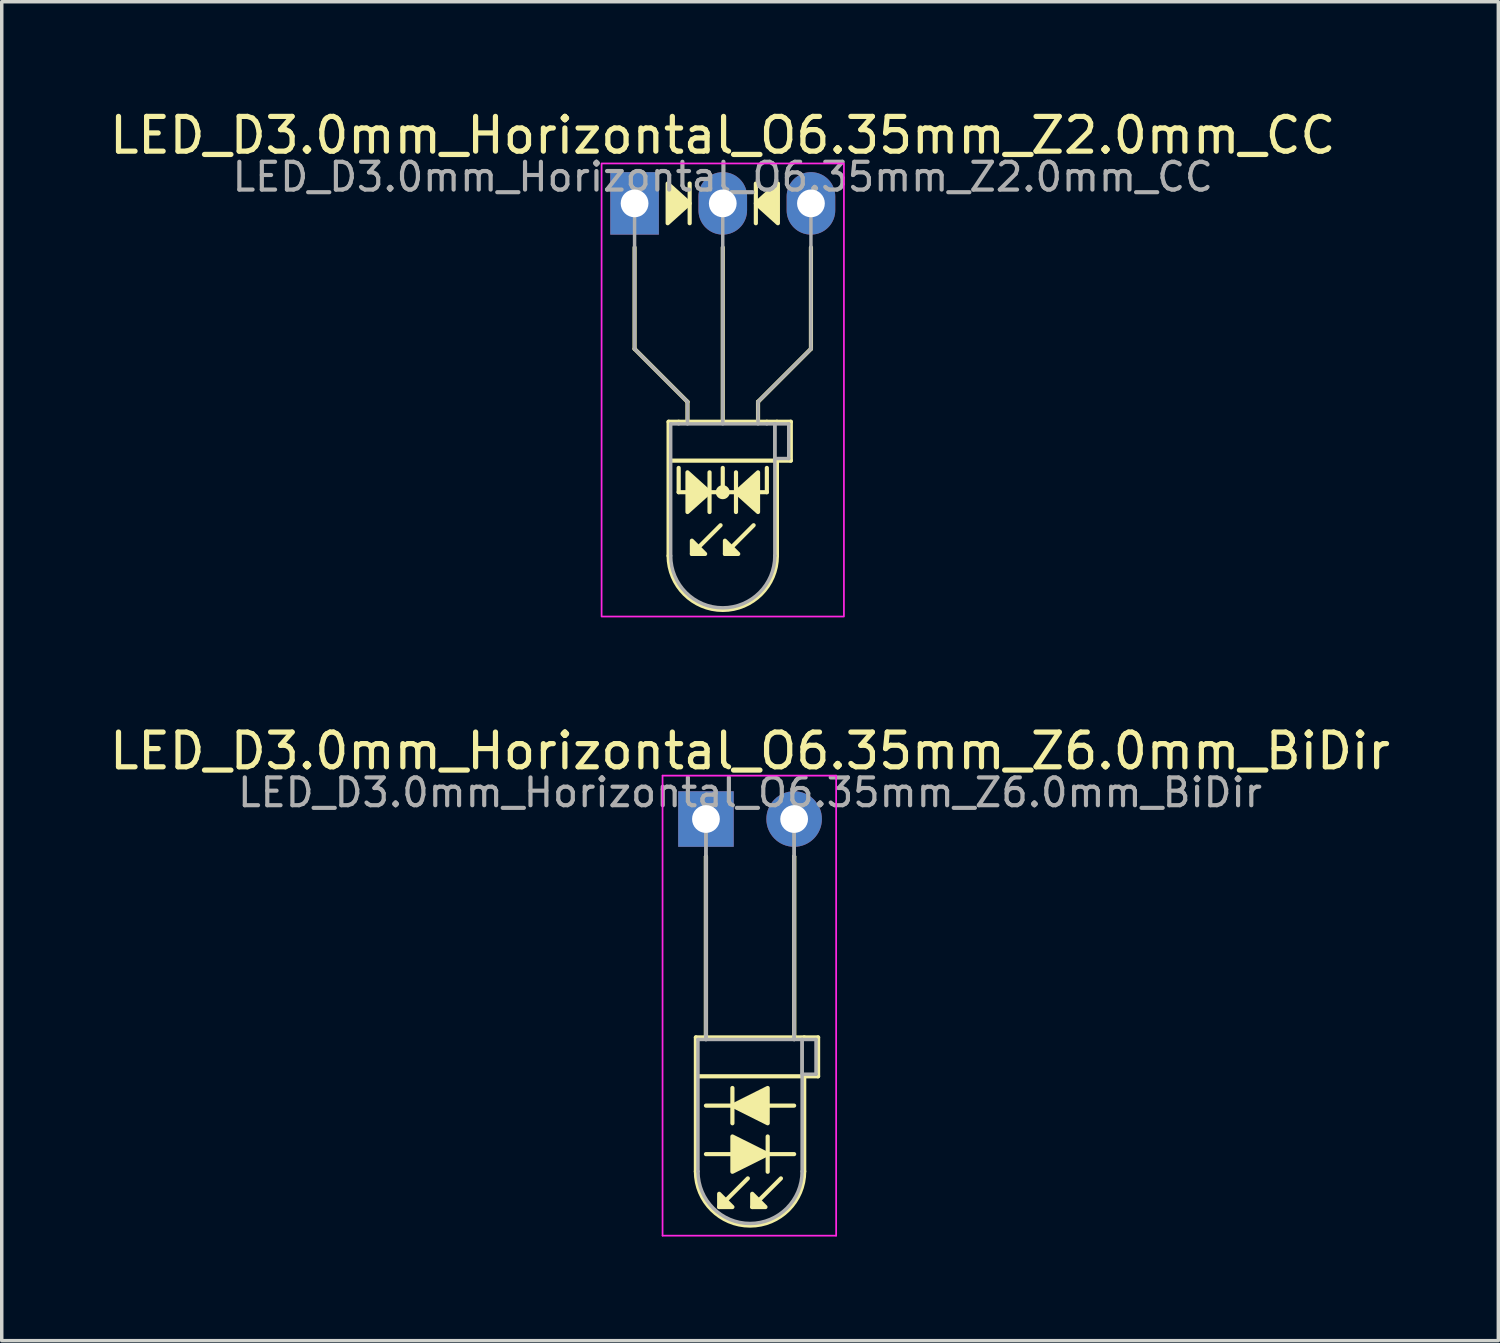
<source format=kicad_pcb>
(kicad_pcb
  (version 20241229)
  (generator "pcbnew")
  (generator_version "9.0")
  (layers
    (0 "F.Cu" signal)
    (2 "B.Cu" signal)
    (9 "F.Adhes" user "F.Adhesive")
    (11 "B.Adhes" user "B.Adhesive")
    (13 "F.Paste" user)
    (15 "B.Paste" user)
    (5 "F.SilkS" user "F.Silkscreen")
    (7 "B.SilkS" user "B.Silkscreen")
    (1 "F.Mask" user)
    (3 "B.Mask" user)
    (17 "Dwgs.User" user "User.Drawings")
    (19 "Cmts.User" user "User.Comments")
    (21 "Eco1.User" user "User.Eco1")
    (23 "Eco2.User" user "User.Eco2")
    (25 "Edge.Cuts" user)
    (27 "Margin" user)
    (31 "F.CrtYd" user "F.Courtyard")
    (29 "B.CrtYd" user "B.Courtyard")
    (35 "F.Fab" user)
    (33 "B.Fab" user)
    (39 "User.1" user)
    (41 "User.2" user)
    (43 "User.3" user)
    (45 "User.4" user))
  (footprint "LED_D3.0mm_Horizontal_O6.35mm_Z2.0mm_CC"
    (layer "F.Cu")
    (at 15.228 2.808)
    (property "Reference" "LED_D3.0mm_Horizontal_O6.35mm_Z2.0mm_CC" (at 2.54 -1.96 0) (layer "F.SilkS") (effects (font (size 1 1) (thickness 0.15))))
    (fp_line (start 0 1.27) (end 0 4.191) (stroke (width 0.12) (type default)) (layer "F.SilkS"))
    (fp_line (start 0 4.191) (end 1.524 5.715) (stroke (width 0.12) (type default)) (layer "F.SilkS"))
    (fp_line (start 0.98 6.29) (end 0.98 10.15) (stroke (width 0.12) (type solid)) (layer "F.SilkS"))
    (fp_line (start 0.98 6.29) (end 4.1 6.29) (stroke (width 0.12) (type solid)) (layer "F.SilkS"))
    (fp_line (start 1.27 6.29) (end 1.27 6.29) (stroke (width 0.12) (type solid)) (layer "F.SilkS"))
    (fp_line (start 1.27 8.319) (end 1.27 7.62) (stroke (width 0.12) (type default)) (layer "F.SilkS"))
    (fp_line (start 1.524 5.715) (end 1.524 6.223) (stroke (width 0.12) (type default)) (layer "F.SilkS"))
    (fp_line (start 1.587 0.572) (end 1.587 -0.572) (stroke (width 0.12) (type solid)) (layer "F.SilkS"))
    (fp_line (start 2.159 8.89) (end 2.159 7.747) (stroke (width 0.12) (type solid)) (layer "F.SilkS"))
    (fp_line (start 2.477 9.271) (end 1.651 10.097) (stroke (width 0.12) (type solid)) (layer "F.SilkS"))
    (fp_line (start 2.54 6.29) (end 2.54 1.27) (stroke (width 0.12) (type default)) (layer "F.SilkS"))
    (fp_line (start 2.54 8.319) (end 2.54 7.62) (stroke (width 0.12) (type default)) (layer "F.SilkS"))
    (fp_line (start 2.921 7.747) (end 2.921 8.89) (stroke (width 0.12) (type solid)) (layer "F.SilkS"))
    (fp_line (start 3.429 9.271) (end 2.603 10.097) (stroke (width 0.12) (type solid)) (layer "F.SilkS"))
    (fp_line (start 3.493 -0.572) (end 3.493 0.572) (stroke (width 0.12) (type solid)) (layer "F.SilkS"))
    (fp_line (start 3.556 5.715) (end 3.556 6.223) (stroke (width 0.12) (type default)) (layer "F.SilkS"))
    (fp_line (start 3.81 6.29) (end 3.81 6.29) (stroke (width 0.12) (type solid)) (layer "F.SilkS"))
    (fp_line (start 3.81 8.319) (end 1.27 8.319) (stroke (width 0.12) (type default)) (layer "F.SilkS"))
    (fp_line (start 3.81 8.319) (end 3.81 7.62) (stroke (width 0.12) (type default)) (layer "F.SilkS"))
    (fp_line (start 4.1 6.29) (end 4.5 6.29) (stroke (width 0.12) (type solid)) (layer "F.SilkS"))
    (fp_line (start 4.1 7.41) (end 4.1 10.15) (stroke (width 0.12) (type solid)) (layer "F.SilkS"))
    (fp_line (start 4.5 6.29) (end 4.5 7.41) (stroke (width 0.12) (type solid)) (layer "F.SilkS"))
    (fp_line (start 4.5 7.41) (end 1.016 7.41) (stroke (width 0.12) (type solid)) (layer "F.SilkS"))
    (fp_line (start 5.08 1.27) (end 5.08 4.191) (stroke (width 0.12) (type default)) (layer "F.SilkS"))
    (fp_line (start 5.08 4.191) (end 3.556 5.715) (stroke (width 0.12) (type default)) (layer "F.SilkS"))
    (fp_arc (start 4.1 10.15) (mid 2.54 11.71) (end 0.98 10.15) (stroke (width 0.12) (type solid)) (layer "F.SilkS"))
    (fp_circle (center 2.54 8.319) (end 2.682 8.319) (stroke (width 0.12) (type solid)) (fill yes) (layer "F.SilkS"))
    (fp_poly (pts (xy 0.953 -0.572) (xy 1.587 0) (xy 0.953 0.572)) (stroke (width 0.12) (type solid)) (fill yes) (layer "F.SilkS"))
    (fp_poly (pts (xy 1.524 7.747) (xy 2.159 8.319) (xy 1.524 8.89)) (stroke (width 0.12) (type solid)) (fill yes) (layer "F.SilkS"))
    (fp_poly (pts (xy 1.651 9.716) (xy 2.032 10.097) (xy 1.651 10.097)) (stroke (width 0.12) (type solid)) (fill yes) (layer "F.SilkS"))
    (fp_poly (pts (xy 2.603 9.716) (xy 2.985 10.097) (xy 2.603 10.097)) (stroke (width 0.12) (type solid)) (fill yes) (layer "F.SilkS"))
    (fp_poly (pts (xy 3.556 8.89) (xy 2.921 8.319) (xy 3.556 7.747)) (stroke (width 0.12) (type solid)) (fill yes) (layer "F.SilkS"))
    (fp_poly (pts (xy 4.128 0.572) (xy 3.493 0) (xy 4.128 -0.572)) (stroke (width 0.12) (type solid)) (fill yes) (layer "F.SilkS"))
    (fp_rect (start -0.95 -1.15) (end 6.03 11.9) (stroke (width 0.05) (type default)) (fill no) (layer "F.CrtYd"))
    (fp_line (start 0 0) (end 0 0) (stroke (width 0.1) (type solid)) (layer "F.Fab"))
    (fp_line (start 0 4.191) (end 0 0) (stroke (width 0.1) (type default)) (layer "F.Fab"))
    (fp_line (start 1.04 6.35) (end 1.04 10.15) (stroke (width 0.1) (type solid)) (layer "F.Fab"))
    (fp_line (start 1.04 6.35) (end 4.04 6.35) (stroke (width 0.1) (type solid)) (layer "F.Fab"))
    (fp_line (start 1.27 6.35) (end 1.27 6.35) (stroke (width 0.1) (type solid)) (layer "F.Fab"))
    (fp_line (start 1.524 5.715) (end 0 4.191) (stroke (width 0.1) (type default)) (layer "F.Fab"))
    (fp_line (start 1.524 6.35) (end 1.524 5.715) (stroke (width 0.1) (type default)) (layer "F.Fab"))
    (fp_line (start 2.54 0) (end 2.54 0) (stroke (width 0.1) (type solid)) (layer "F.Fab"))
    (fp_line (start 2.54 0) (end 2.54 6.35) (stroke (width 0.1) (type default)) (layer "F.Fab"))
    (fp_line (start 3.556 5.715) (end 5.08 4.191) (stroke (width 0.1) (type default)) (layer "F.Fab"))
    (fp_line (start 3.556 6.35) (end 3.556 5.715) (stroke (width 0.1) (type default)) (layer "F.Fab"))
    (fp_line (start 3.81 6.35) (end 3.81 6.35) (stroke (width 0.1) (type solid)) (layer "F.Fab"))
    (fp_line (start 4.04 6.35) (end 4.04 10.15) (stroke (width 0.1) (type solid)) (layer "F.Fab"))
    (fp_line (start 4.04 6.35) (end 4.44 6.35) (stroke (width 0.1) (type solid)) (layer "F.Fab"))
    (fp_line (start 4.04 7.35) (end 4.04 6.35) (stroke (width 0.1) (type solid)) (layer "F.Fab"))
    (fp_line (start 4.44 6.35) (end 4.44 7.35) (stroke (width 0.1) (type solid)) (layer "F.Fab"))
    (fp_line (start 4.44 7.35) (end 4.04 7.35) (stroke (width 0.1) (type solid)) (layer "F.Fab"))
    (fp_line (start 5.08 4.191) (end 5.08 0) (stroke (width 0.1) (type default)) (layer "F.Fab"))
    (fp_arc (start 4.04 10.15) (mid 2.54 11.65) (end 1.04 10.15) (stroke (width 0.1) (type solid)) (layer "F.Fab"))
    (fp_text user "${REFERENCE}" (at 2.54 -0.762 0) (layer "F.Fab") (effects (font (size 0.8 0.8) (thickness 0.12))))
    (pad "1" thru_hole rect (at 0 0) (size 1.4 1.8) (drill 0.8) (layers "*.Cu" "*.Mask"))
    (pad "2" thru_hole oval (at 2.54 0) (size 1.4 1.8) (drill 0.8) (layers "*.Cu" "*.Mask"))
    (pad "3" thru_hole oval (at 5.08 0) (size 1.4 1.8) (drill 0.8) (layers "*.Cu" "*.Mask")))
  (footprint "LED_D3.0mm_Horizontal_O6.35mm_Z6.0mm_BiDir"
    (layer "F.Cu")
    (at 17.284 20.541)
    (property "Reference" "LED_D3.0mm_Horizontal_O6.35mm_Z6.0mm_BiDir" (at 1.27 -1.96 0) (layer "F.SilkS") (effects (font (size 1 1) (thickness 0.15))))
    (fp_line (start -0.29 6.29) (end -0.29 10.15) (stroke (width 0.12) (type solid)) (layer "F.SilkS"))
    (fp_line (start -0.29 6.29) (end 2.83 6.29) (stroke (width 0.12) (type solid)) (layer "F.SilkS"))
    (fp_line (start 0 1.08) (end 0 1.08) (stroke (width 0.12) (type solid)) (layer "F.SilkS"))
    (fp_line (start 0 1.08) (end 0 6.29) (stroke (width 0.12) (type solid)) (layer "F.SilkS"))
    (fp_line (start 0 6.29) (end 0 1.08) (stroke (width 0.12) (type solid)) (layer "F.SilkS"))
    (fp_line (start 0 6.29) (end 0 6.29) (stroke (width 0.12) (type solid)) (layer "F.SilkS"))
    (fp_line (start 0 9.652) (end 2.54 9.652) (stroke (width 0.12) (type solid)) (layer "F.SilkS"))
    (fp_line (start 0.762 7.747) (end 0.762 8.763) (stroke (width 0.12) (type solid)) (layer "F.SilkS"))
    (fp_line (start 1.206 10.351) (end 0.381 11.176) (stroke (width 0.12) (type solid)) (layer "F.SilkS"))
    (fp_line (start 1.778 10.16) (end 1.778 9.144) (stroke (width 0.12) (type solid)) (layer "F.SilkS"))
    (fp_line (start 2.159 10.351) (end 1.333 11.176) (stroke (width 0.12) (type solid)) (layer "F.SilkS"))
    (fp_line (start 2.54 1.08) (end 2.54 1.08) (stroke (width 0.12) (type solid)) (layer "F.SilkS"))
    (fp_line (start 2.54 1.08) (end 2.54 6.29) (stroke (width 0.12) (type solid)) (layer "F.SilkS"))
    (fp_line (start 2.54 6.29) (end 2.54 1.08) (stroke (width 0.12) (type solid)) (layer "F.SilkS"))
    (fp_line (start 2.54 6.29) (end 2.54 6.29) (stroke (width 0.12) (type solid)) (layer "F.SilkS"))
    (fp_line (start 2.54 8.255) (end 0 8.255) (stroke (width 0.12) (type solid)) (layer "F.SilkS"))
    (fp_line (start 2.83 6.29) (end 3.23 6.29) (stroke (width 0.12) (type solid)) (layer "F.SilkS"))
    (fp_line (start 2.83 7.41) (end 2.83 10.15) (stroke (width 0.12) (type solid)) (layer "F.SilkS"))
    (fp_line (start 3.23 6.29) (end 3.23 7.41) (stroke (width 0.12) (type solid)) (layer "F.SilkS"))
    (fp_line (start 3.23 7.41) (end -0.254 7.41) (stroke (width 0.12) (type solid)) (layer "F.SilkS"))
    (fp_arc (start 2.83 10.15) (mid 1.27 11.71) (end -0.29 10.15) (stroke (width 0.12) (type solid)) (layer "F.SilkS"))
    (fp_poly (pts (xy 0.381 10.795) (xy 0.762 11.176) (xy 0.381 11.176)) (stroke (width 0.12) (type solid)) (fill yes) (layer "F.SilkS"))
    (fp_poly (pts (xy 0.762 9.144) (xy 1.778 9.652) (xy 0.762 10.16)) (stroke (width 0.12) (type solid)) (fill yes) (layer "F.SilkS"))
    (fp_poly (pts (xy 1.333 10.795) (xy 1.714 11.176) (xy 1.333 11.176)) (stroke (width 0.12) (type solid)) (fill yes) (layer "F.SilkS"))
    (fp_poly (pts (xy 1.778 8.763) (xy 0.762 8.255) (xy 1.778 7.747)) (stroke (width 0.12) (type solid)) (fill yes) (layer "F.SilkS"))
    (fp_line (start -1.25 -1.25) (end -1.25 12) (stroke (width 0.05) (type solid)) (layer "F.CrtYd"))
    (fp_line (start -1.25 12) (end 3.75 12) (stroke (width 0.05) (type solid)) (layer "F.CrtYd"))
    (fp_line (start 3.75 -1.25) (end -1.25 -1.25) (stroke (width 0.05) (type solid)) (layer "F.CrtYd"))
    (fp_line (start 3.75 12) (end 3.75 -1.25) (stroke (width 0.05) (type solid)) (layer "F.CrtYd"))
    (fp_line (start -0.23 6.35) (end -0.23 10.15) (stroke (width 0.1) (type solid)) (layer "F.Fab"))
    (fp_line (start -0.23 6.35) (end 2.77 6.35) (stroke (width 0.1) (type solid)) (layer "F.Fab"))
    (fp_line (start 0 0) (end 0 0) (stroke (width 0.1) (type solid)) (layer "F.Fab"))
    (fp_line (start 0 0) (end 0 6.35) (stroke (width 0.1) (type solid)) (layer "F.Fab"))
    (fp_line (start 0 6.35) (end 0 0) (stroke (width 0.1) (type solid)) (layer "F.Fab"))
    (fp_line (start 0 6.35) (end 0 6.35) (stroke (width 0.1) (type solid)) (layer "F.Fab"))
    (fp_line (start 2.54 0) (end 2.54 0) (stroke (width 0.1) (type solid)) (layer "F.Fab"))
    (fp_line (start 2.54 0) (end 2.54 6.35) (stroke (width 0.1) (type solid)) (layer "F.Fab"))
    (fp_line (start 2.54 6.35) (end 2.54 0) (stroke (width 0.1) (type solid)) (layer "F.Fab"))
    (fp_line (start 2.54 6.35) (end 2.54 6.35) (stroke (width 0.1) (type solid)) (layer "F.Fab"))
    (fp_line (start 2.77 6.35) (end 2.77 10.15) (stroke (width 0.1) (type solid)) (layer "F.Fab"))
    (fp_line (start 2.77 6.35) (end 3.17 6.35) (stroke (width 0.1) (type solid)) (layer "F.Fab"))
    (fp_line (start 2.77 7.35) (end 2.77 6.35) (stroke (width 0.1) (type solid)) (layer "F.Fab"))
    (fp_line (start 3.17 6.35) (end 3.17 7.35) (stroke (width 0.1) (type solid)) (layer "F.Fab"))
    (fp_line (start 3.17 7.35) (end 2.77 7.35) (stroke (width 0.1) (type solid)) (layer "F.Fab"))
    (fp_arc (start 2.77 10.15) (mid 1.27 11.65) (end -0.23 10.15) (stroke (width 0.1) (type solid)) (layer "F.Fab"))
    (fp_text user "${REFERENCE}" (at 1.27 -0.762 0) (layer "F.Fab") (effects (font (size 0.8 0.8) (thickness 0.12))))
    (pad "1" thru_hole rect (at 0 0) (size 1.6 1.6) (drill 0.8) (layers "*.Cu" "*.Mask"))
    (pad "2" thru_hole circle (at 2.54 0) (size 1.6 1.6) (drill 0.8) (layers "*.Cu" "*.Mask")))
  (gr_rect
    (start -3 -3)
    (end 40.107 35.566)
    (stroke (width 0.1) (type default))
    (fill no)
    (layer "Edge.Cuts")))
</source>
